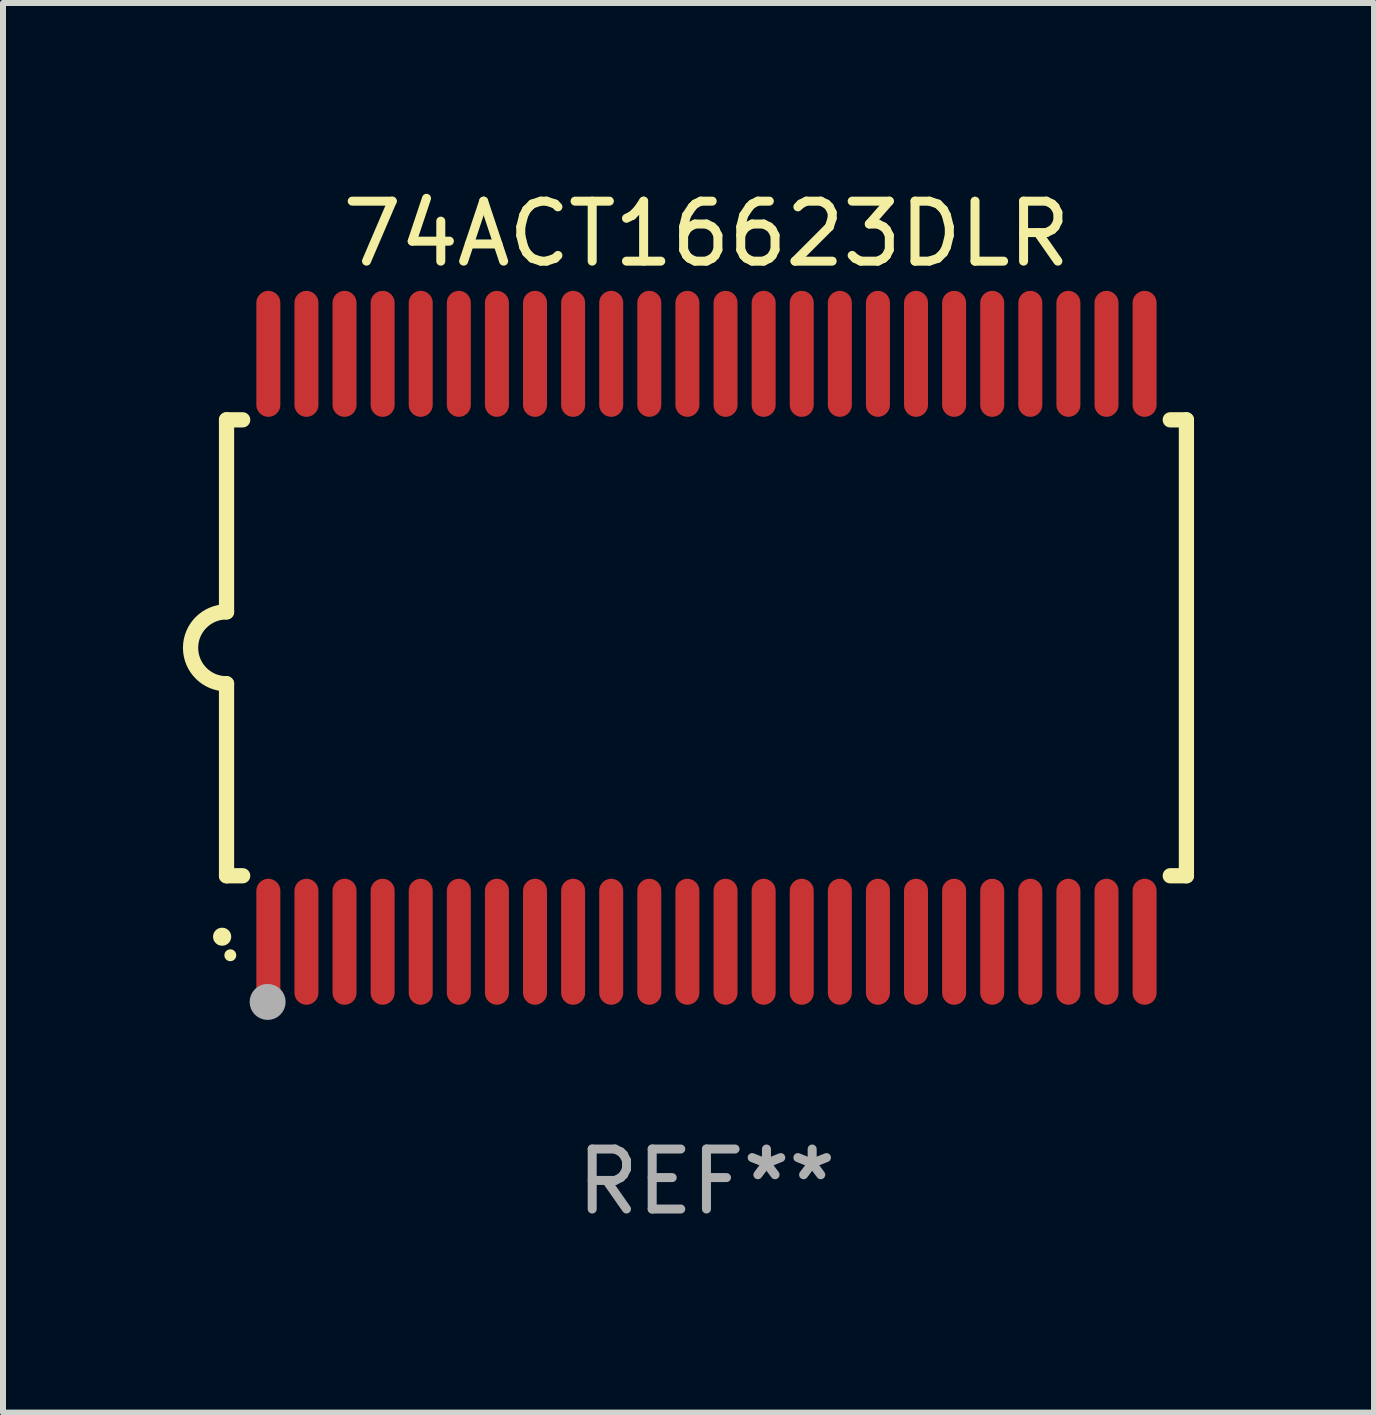
<source format=kicad_pcb>
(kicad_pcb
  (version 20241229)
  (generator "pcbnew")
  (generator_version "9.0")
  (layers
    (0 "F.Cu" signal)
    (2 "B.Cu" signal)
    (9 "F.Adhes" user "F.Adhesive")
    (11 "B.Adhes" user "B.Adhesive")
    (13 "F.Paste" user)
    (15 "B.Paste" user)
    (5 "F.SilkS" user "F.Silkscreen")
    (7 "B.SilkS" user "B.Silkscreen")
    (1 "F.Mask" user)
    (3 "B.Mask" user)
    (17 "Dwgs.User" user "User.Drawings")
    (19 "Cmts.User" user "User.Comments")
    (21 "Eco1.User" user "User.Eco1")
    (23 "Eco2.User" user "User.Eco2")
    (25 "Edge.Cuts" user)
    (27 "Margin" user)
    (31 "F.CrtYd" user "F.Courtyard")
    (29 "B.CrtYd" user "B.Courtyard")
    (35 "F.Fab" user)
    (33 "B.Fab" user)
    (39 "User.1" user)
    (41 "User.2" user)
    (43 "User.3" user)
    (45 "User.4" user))
  (footprint "74ACT16623DLR"
    (layer "F.Cu")
    (at 8.726 7.748)
    (property "Reference" "74ACT16623DLR" (at 0 -6.9 0) (layer "F.SilkS") (effects (font (size 1 1) (thickness 0.15))))
    (attr through_hole)
    (fp_line (start -8 -3.8) (end -8 -0.599) (stroke (width 0.254) (type solid)) (layer "F.SilkS"))
    (fp_line (start -8 -3.8) (end -7.731 -3.8) (stroke (width 0.254) (type solid)) (layer "F.SilkS"))
    (fp_line (start -8 3.8) (end -8 0.599) (stroke (width 0.254) (type solid)) (layer "F.SilkS"))
    (fp_line (start -7.731 3.8) (end -8 3.8) (stroke (width 0.254) (type solid)) (layer "F.SilkS"))
    (fp_line (start 7.731 -3.8) (end 8 -3.8) (stroke (width 0.254) (type solid)) (layer "F.SilkS"))
    (fp_line (start 8 -3.8) (end 8 3.8) (stroke (width 0.254) (type solid)) (layer "F.SilkS"))
    (fp_line (start 8 3.8) (end 7.731 3.8) (stroke (width 0.254) (type solid)) (layer "F.SilkS"))
    (fp_arc (start -8.074676 4.81585) (mid -8.073406 4.815845) (end -8.072136 4.81585) (stroke (width 0.3) (type solid)) (layer "F.SilkS"))
    (fp_arc (start -8.000025 0.6) (mid -8.598908 0.00056) (end -8.000027 -0.598882) (stroke (width 0.254001) (type solid)) (layer "F.SilkS"))
    (fp_circle (center -7.937 5.125) (end -7.887 5.125) (stroke (width 0.1) (type solid)) (fill no) (layer "F.SilkS"))
    (fp_circle (center -7.315 5.903) (end -7.165 5.903) (stroke (width 0.3) (type solid)) (fill no) (layer "F.Fab"))
    (fp_text user "REF**" (at 0 8.9 0) (layer "F.Fab") (effects (font (size 1 1) (thickness 0.15))))
    (pad "1" smd oval (at -7.303 4.9) (size 0.4 2.1) (layers "F.Cu" "F.Mask" "F.Paste"))
    (pad "2" smd oval (at -6.668 4.9) (size 0.4 2.1) (layers "F.Cu" "F.Mask" "F.Paste"))
    (pad "3" smd oval (at -6.033 4.9) (size 0.4 2.1) (layers "F.Cu" "F.Mask" "F.Paste"))
    (pad "4" smd oval (at -5.398 4.9) (size 0.4 2.1) (layers "F.Cu" "F.Mask" "F.Paste"))
    (pad "5" smd oval (at -4.763 4.9) (size 0.4 2.1) (layers "F.Cu" "F.Mask" "F.Paste"))
    (pad "6" smd oval (at -4.128 4.9) (size 0.4 2.1) (layers "F.Cu" "F.Mask" "F.Paste"))
    (pad "7" smd oval (at -3.493 4.9) (size 0.4 2.1) (layers "F.Cu" "F.Mask" "F.Paste"))
    (pad "8" smd oval (at -2.858 4.9) (size 0.4 2.1) (layers "F.Cu" "F.Mask" "F.Paste"))
    (pad "9" smd oval (at -2.223 4.9) (size 0.4 2.1) (layers "F.Cu" "F.Mask" "F.Paste"))
    (pad "10" smd oval (at -1.588 4.9) (size 0.4 2.1) (layers "F.Cu" "F.Mask" "F.Paste"))
    (pad "11" smd oval (at -0.953 4.9) (size 0.4 2.1) (layers "F.Cu" "F.Mask" "F.Paste"))
    (pad "12" smd oval (at -0.318 4.9) (size 0.4 2.1) (layers "F.Cu" "F.Mask" "F.Paste"))
    (pad "13" smd oval (at 0.318 4.9) (size 0.4 2.1) (layers "F.Cu" "F.Mask" "F.Paste"))
    (pad "14" smd oval (at 0.953 4.9) (size 0.4 2.1) (layers "F.Cu" "F.Mask" "F.Paste"))
    (pad "15" smd oval (at 1.588 4.9) (size 0.4 2.1) (layers "F.Cu" "F.Mask" "F.Paste"))
    (pad "16" smd oval (at 2.223 4.9) (size 0.4 2.1) (layers "F.Cu" "F.Mask" "F.Paste"))
    (pad "17" smd oval (at 2.858 4.9) (size 0.4 2.1) (layers "F.Cu" "F.Mask" "F.Paste"))
    (pad "18" smd oval (at 3.493 4.9) (size 0.4 2.1) (layers "F.Cu" "F.Mask" "F.Paste"))
    (pad "19" smd oval (at 4.128 4.9) (size 0.4 2.1) (layers "F.Cu" "F.Mask" "F.Paste"))
    (pad "20" smd oval (at 4.763 4.9) (size 0.4 2.1) (layers "F.Cu" "F.Mask" "F.Paste"))
    (pad "21" smd oval (at 5.398 4.9) (size 0.4 2.1) (layers "F.Cu" "F.Mask" "F.Paste"))
    (pad "22" smd oval (at 6.033 4.9) (size 0.4 2.1) (layers "F.Cu" "F.Mask" "F.Paste"))
    (pad "23" smd oval (at 6.668 4.9) (size 0.4 2.1) (layers "F.Cu" "F.Mask" "F.Paste"))
    (pad "24" smd oval (at 7.303 4.9) (size 0.4 2.1) (layers "F.Cu" "F.Mask" "F.Paste"))
    (pad "25" smd oval (at 7.303 -4.9 180) (size 0.4 2.1) (layers "F.Cu" "F.Mask" "F.Paste"))
    (pad "26" smd oval (at 6.668 -4.9 180) (size 0.4 2.1) (layers "F.Cu" "F.Mask" "F.Paste"))
    (pad "27" smd oval (at 6.033 -4.9 180) (size 0.4 2.1) (layers "F.Cu" "F.Mask" "F.Paste"))
    (pad "28" smd oval (at 5.398 -4.9 180) (size 0.4 2.1) (layers "F.Cu" "F.Mask" "F.Paste"))
    (pad "29" smd oval (at 4.763 -4.9 180) (size 0.4 2.1) (layers "F.Cu" "F.Mask" "F.Paste"))
    (pad "30" smd oval (at 4.128 -4.9 180) (size 0.4 2.1) (layers "F.Cu" "F.Mask" "F.Paste"))
    (pad "31" smd oval (at 3.493 -4.9 180) (size 0.4 2.1) (layers "F.Cu" "F.Mask" "F.Paste"))
    (pad "32" smd oval (at 2.858 -4.9 180) (size 0.4 2.1) (layers "F.Cu" "F.Mask" "F.Paste"))
    (pad "33" smd oval (at 2.223 -4.9 180) (size 0.4 2.1) (layers "F.Cu" "F.Mask" "F.Paste"))
    (pad "34" smd oval (at 1.588 -4.9 180) (size 0.4 2.1) (layers "F.Cu" "F.Mask" "F.Paste"))
    (pad "35" smd oval (at 0.953 -4.9 180) (size 0.4 2.1) (layers "F.Cu" "F.Mask" "F.Paste"))
    (pad "36" smd oval (at 0.318 -4.9 180) (size 0.4 2.1) (layers "F.Cu" "F.Mask" "F.Paste"))
    (pad "37" smd oval (at -0.318 -4.9 180) (size 0.4 2.1) (layers "F.Cu" "F.Mask" "F.Paste"))
    (pad "38" smd oval (at -0.953 -4.9 180) (size 0.4 2.1) (layers "F.Cu" "F.Mask" "F.Paste"))
    (pad "39" smd oval (at -1.588 -4.9 180) (size 0.4 2.1) (layers "F.Cu" "F.Mask" "F.Paste"))
    (pad "40" smd oval (at -2.223 -4.9 180) (size 0.4 2.1) (layers "F.Cu" "F.Mask" "F.Paste"))
    (pad "41" smd oval (at -2.858 -4.9 180) (size 0.4 2.1) (layers "F.Cu" "F.Mask" "F.Paste"))
    (pad "42" smd oval (at -3.493 -4.9 180) (size 0.4 2.1) (layers "F.Cu" "F.Mask" "F.Paste"))
    (pad "43" smd oval (at -4.128 -4.9 180) (size 0.4 2.1) (layers "F.Cu" "F.Mask" "F.Paste"))
    (pad "44" smd oval (at -4.763 -4.9 180) (size 0.4 2.1) (layers "F.Cu" "F.Mask" "F.Paste"))
    (pad "45" smd oval (at -5.398 -4.9 180) (size 0.4 2.1) (layers "F.Cu" "F.Mask" "F.Paste"))
    (pad "46" smd oval (at -6.033 -4.9 180) (size 0.4 2.1) (layers "F.Cu" "F.Mask" "F.Paste"))
    (pad "47" smd oval (at -6.668 -4.9 180) (size 0.4 2.1) (layers "F.Cu" "F.Mask" "F.Paste"))
    (pad "48" smd oval (at -7.303 -4.9 180) (size 0.4 2.1) (layers "F.Cu" "F.Mask" "F.Paste")))
  (gr_rect
    (start -3 -3)
    (end 19.853 20.496)
    (stroke (width 0.1) (type default))
    (fill no)
    (layer "Edge.Cuts")))
</source>
